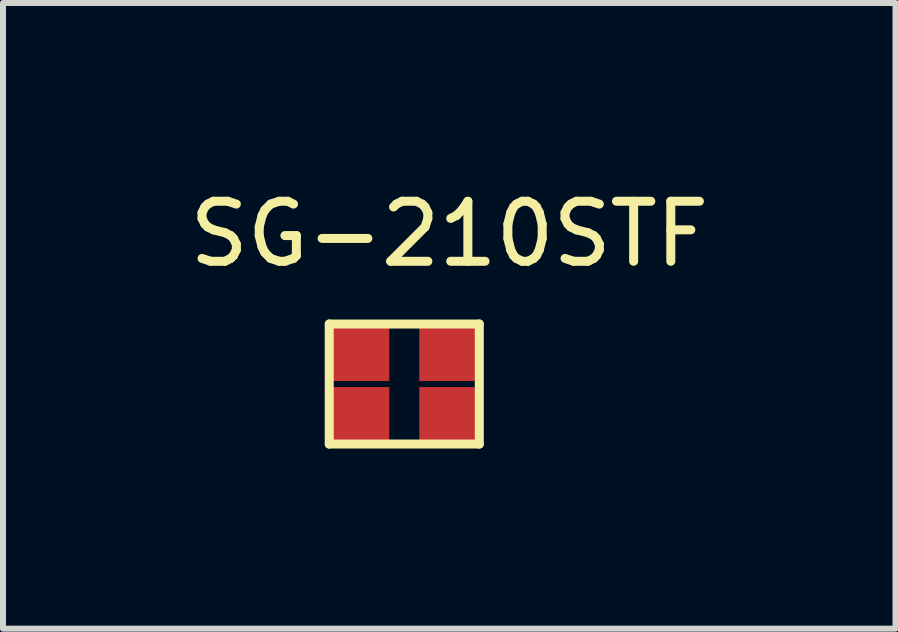
<source format=kicad_pcb>
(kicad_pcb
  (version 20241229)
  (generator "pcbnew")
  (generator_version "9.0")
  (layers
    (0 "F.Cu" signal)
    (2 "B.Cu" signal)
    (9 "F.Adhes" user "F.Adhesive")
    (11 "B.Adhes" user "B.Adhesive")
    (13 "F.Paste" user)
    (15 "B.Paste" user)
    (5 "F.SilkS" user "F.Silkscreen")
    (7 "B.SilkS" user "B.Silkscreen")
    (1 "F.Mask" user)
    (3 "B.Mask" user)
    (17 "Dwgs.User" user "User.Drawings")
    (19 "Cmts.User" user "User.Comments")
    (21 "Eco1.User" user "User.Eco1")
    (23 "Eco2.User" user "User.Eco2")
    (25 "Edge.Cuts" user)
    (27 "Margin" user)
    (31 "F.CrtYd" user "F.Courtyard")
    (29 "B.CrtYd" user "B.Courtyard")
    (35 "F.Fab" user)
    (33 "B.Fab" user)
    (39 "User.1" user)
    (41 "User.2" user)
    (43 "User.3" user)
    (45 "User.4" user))
  (footprint "SG-210STF"
    (layer "F.Cu")
    (at 2.435 2.348)
    (property "Reference" "SG-210STF" (at 2 -1.5 0) (layer "F.SilkS") (effects (font (size 1 1) (thickness 0.15))))
    (attr through_hole)
    (fp_line (start 0 0) (end 2.5 0) (stroke (width 0.15) (type solid)) (layer "F.SilkS"))
    (fp_line (start 0 2) (end 0 0) (stroke (width 0.15) (type solid)) (layer "F.SilkS"))
    (fp_line (start 2.5 0) (end 2.5 2) (stroke (width 0.15) (type solid)) (layer "F.SilkS"))
    (fp_line (start 2.5 2) (end 0 2) (stroke (width 0.15) (type solid)) (layer "F.SilkS"))
    (pad "1" smd rect (at 0.5 1.5) (size 1 0.9) (layers "F.Cu" "F.Mask" "F.Paste"))
    (pad "2" smd rect (at 2 1.5) (size 1 0.9) (layers "F.Cu" "F.Mask" "F.Paste"))
    (pad "3" smd rect (at 2 0.5) (size 1 0.9) (layers "F.Cu" "F.Mask" "F.Paste"))
    (pad "4" smd rect (at 0.5 0.5) (size 1 0.9) (layers "F.Cu" "F.Mask" "F.Paste")))
  (gr_rect
    (start -3 -3)
    (end 11.869 7.423)
    (stroke (width 0.1) (type default))
    (fill no)
    (layer "Edge.Cuts")))
</source>
